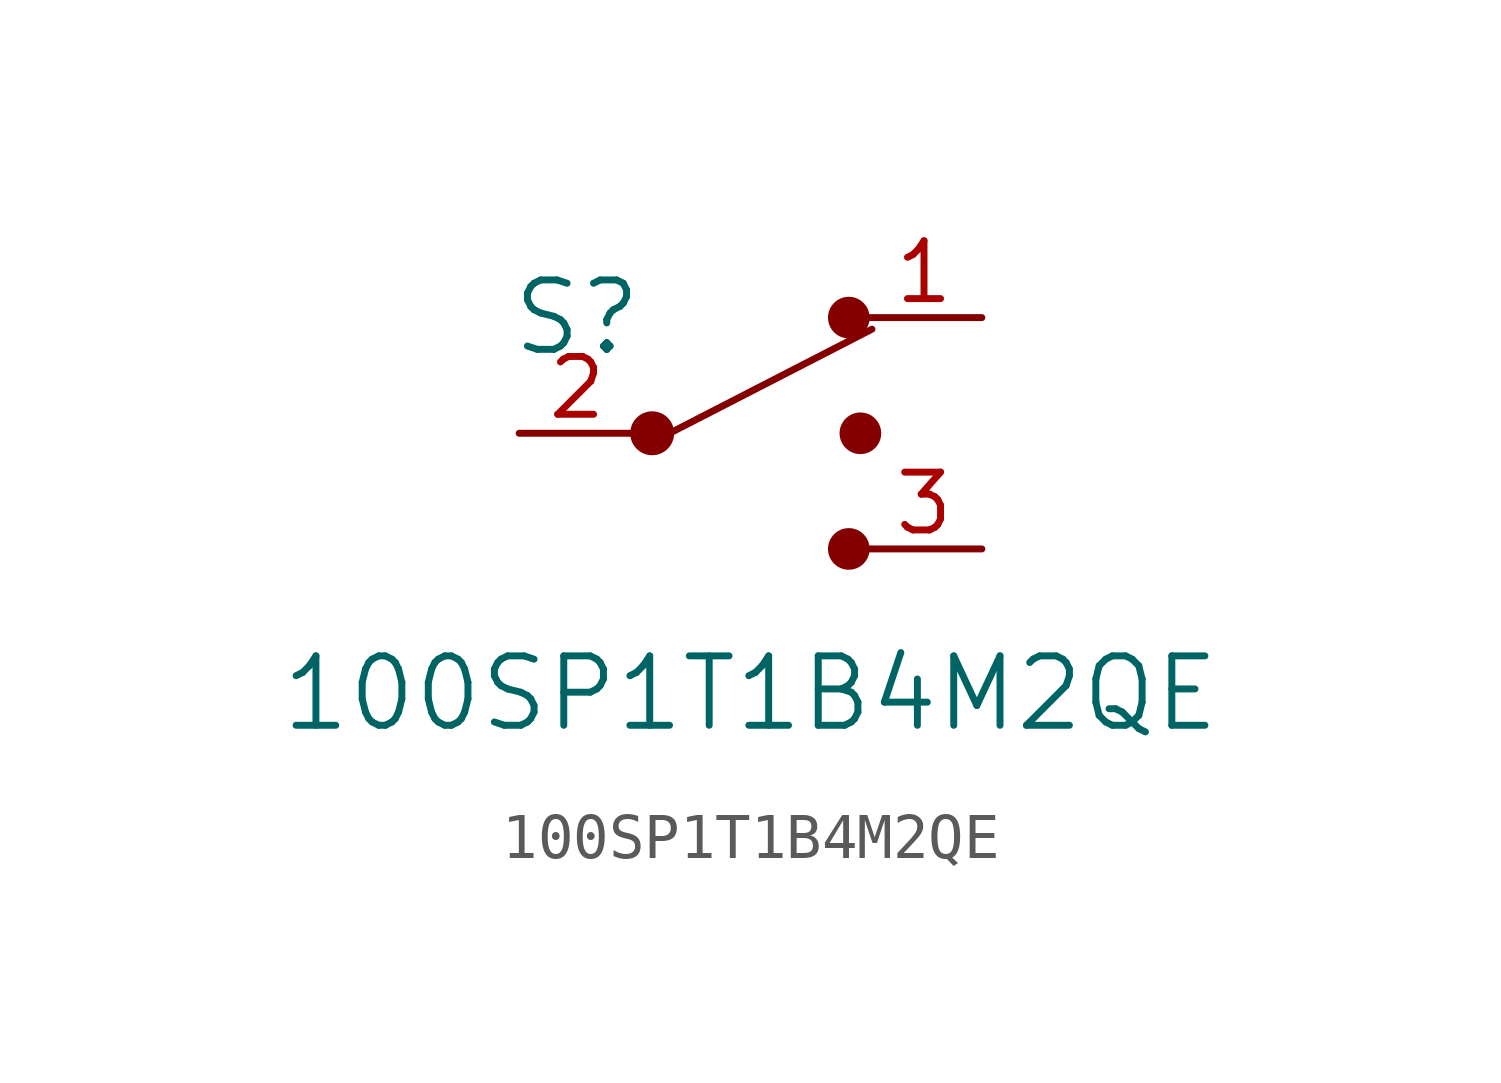
<source format=kicad_sym>
(kicad_symbol_lib
  (version 20211014)
  (generator kicad_symbol_editor)
  (symbol "100SP1T1B4M2QE"
    (pin_names
      (offset 0) hide)
    (property "Reference" "S"
      (at -3.81 2.54 0)
      (effects (font (size 1.524 1.524))))
    (property "Value" "100SP1T1B4M2QE"
      (at 0 -5.715 0)
      (effects (font (size 1.524 1.524))))
    (symbol "100SP1T1B4M2QE_0_1"
      (circle (center -2.159 0) (radius 0.406) (stroke (width 0) (type default) (color 0 0 0 0)) (fill (type outline)))
      (polyline (pts (xy 2.667 2.286) (xy -1.778 0)) (stroke (width 0) (type default) (color 0 0 0 0)) (fill (type none)))
      (circle (center 2.159 -2.54) (radius 0.381) (stroke (width 0) (type default) (color 0 0 0 0)) (fill (type outline)))
      (circle (center 2.159 2.54) (radius 0.381) (stroke (width 0) (type default) (color 0 0 0 0)) (fill (type outline)))
      (circle (center 2.413 0) (radius 0.381) (stroke (width 0) (type default) (color 0 0 0 0)) (fill (type outline))))
    (symbol "100SP1T1B4M2QE_1_1"
      (pin passive line (at 5.08 2.54 180) (length 2.54) (name "~" (effects (font (size 1.27 1.27)))) (number "1" (effects (font (size 1.27 1.27)))))
      (pin passive line (at -5.08 0 0) (length 2.54) (name "Com" (effects (font (size 1.27 1.27)))) (number "2" (effects (font (size 1.27 1.27)))))
      (pin passive line (at 5.08 -2.54 180) (length 2.54) (name "~" (effects (font (size 1.27 1.27)))) (number "3" (effects (font (size 1.27 1.27))))))))
</source>
